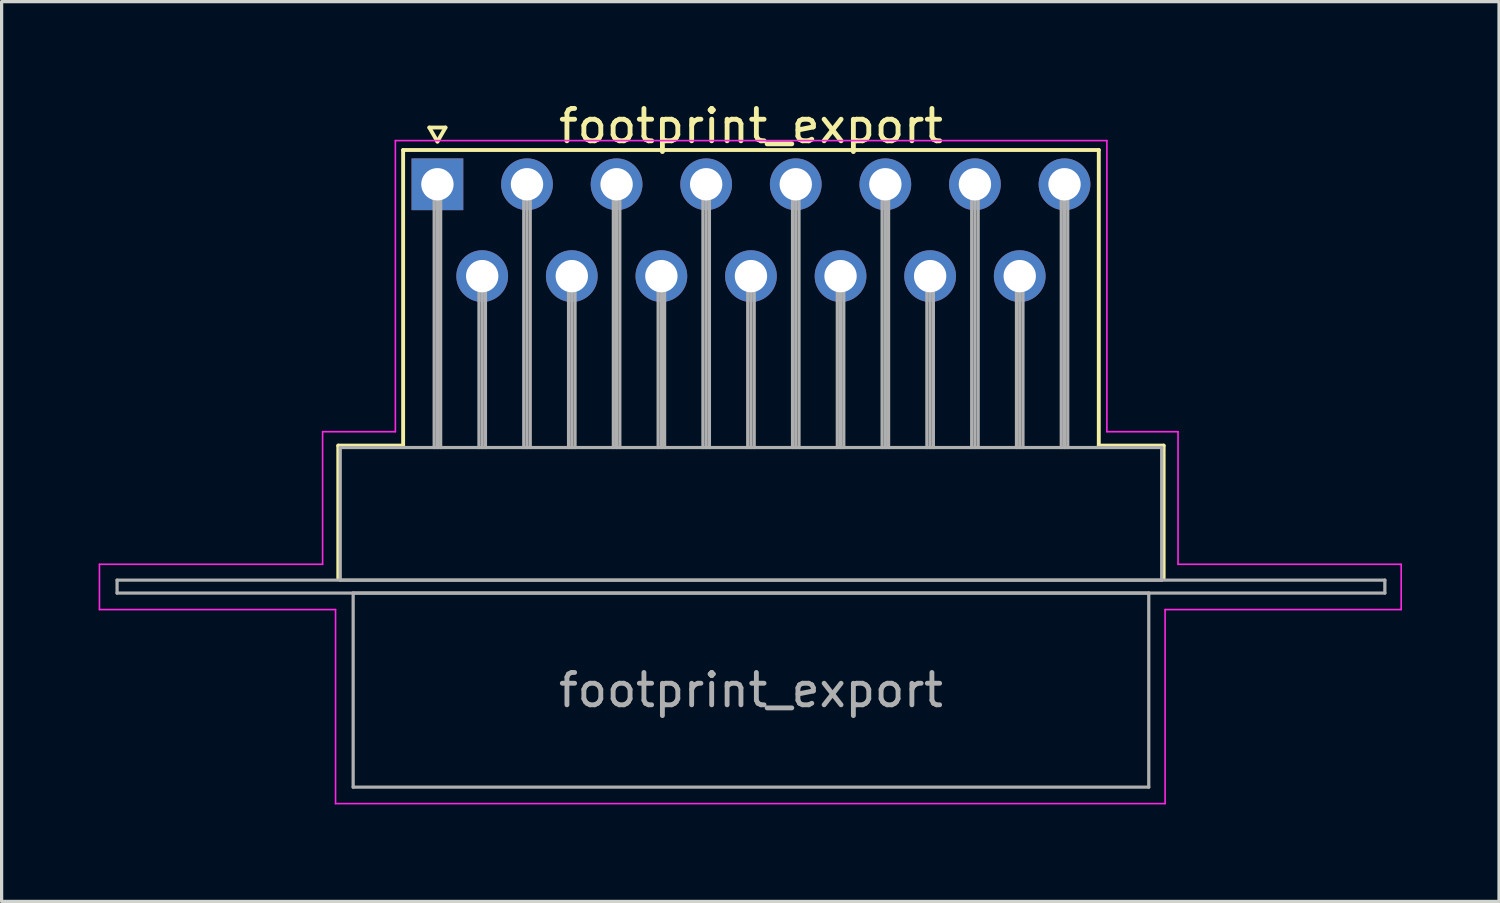
<source format=kicad_pcb>
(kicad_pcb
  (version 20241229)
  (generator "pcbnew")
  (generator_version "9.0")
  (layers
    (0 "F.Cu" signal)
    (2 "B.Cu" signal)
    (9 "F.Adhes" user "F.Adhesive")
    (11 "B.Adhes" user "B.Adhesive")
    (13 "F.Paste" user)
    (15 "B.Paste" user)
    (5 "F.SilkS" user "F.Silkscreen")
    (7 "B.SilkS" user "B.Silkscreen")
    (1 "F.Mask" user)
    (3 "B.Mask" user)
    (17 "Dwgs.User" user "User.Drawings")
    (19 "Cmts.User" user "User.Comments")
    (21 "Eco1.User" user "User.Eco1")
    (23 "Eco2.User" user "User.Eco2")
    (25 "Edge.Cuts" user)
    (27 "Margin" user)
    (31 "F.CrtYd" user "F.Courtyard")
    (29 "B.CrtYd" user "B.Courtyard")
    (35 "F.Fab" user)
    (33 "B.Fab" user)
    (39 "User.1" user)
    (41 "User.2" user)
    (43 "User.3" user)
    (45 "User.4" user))
  (footprint "footprint_export"
    (layer "F.Cu")
    (at 10.475 2.648)
    (property "Reference" "footprint_export" (at 9.695 -1.8 0) (layer "F.SilkS") (effects (font (size 1 1) (thickness 0.15))))
    (attr through_hole)
    (fp_line (start -3.065 8.08) (end -1.06 8.08) (stroke (width 0.12) (type solid)) (layer "F.SilkS"))
    (fp_line (start -3.065 12.18) (end -3.065 8.08) (stroke (width 0.12) (type solid)) (layer "F.SilkS"))
    (fp_line (start -1.06 -1.06) (end 20.45 -1.06) (stroke (width 0.12) (type solid)) (layer "F.SilkS"))
    (fp_line (start -1.06 8.08) (end -1.06 -1.06) (stroke (width 0.12) (type solid)) (layer "F.SilkS"))
    (fp_line (start -0.25 -1.754) (end 0.25 -1.754) (stroke (width 0.12) (type solid)) (layer "F.SilkS"))
    (fp_line (start 0 -1.321) (end -0.25 -1.754) (stroke (width 0.12) (type solid)) (layer "F.SilkS"))
    (fp_line (start 0.25 -1.754) (end 0 -1.321) (stroke (width 0.12) (type solid)) (layer "F.SilkS"))
    (fp_line (start 20.45 -1.06) (end 20.45 8.08) (stroke (width 0.12) (type solid)) (layer "F.SilkS"))
    (fp_line (start 20.45 8.08) (end 22.455 8.08) (stroke (width 0.12) (type solid)) (layer "F.SilkS"))
    (fp_line (start 22.455 8.08) (end 22.455 12.18) (stroke (width 0.12) (type solid)) (layer "F.SilkS"))
    (fp_line (start -10.45 11.75) (end -3.55 11.75) (stroke (width 0.05) (type solid)) (layer "F.CrtYd"))
    (fp_line (start -10.45 13.15) (end -10.45 11.75) (stroke (width 0.05) (type solid)) (layer "F.CrtYd"))
    (fp_line (start -3.55 7.65) (end -1.3 7.65) (stroke (width 0.05) (type solid)) (layer "F.CrtYd"))
    (fp_line (start -3.55 11.75) (end -3.55 7.65) (stroke (width 0.05) (type solid)) (layer "F.CrtYd"))
    (fp_line (start -3.15 13.15) (end -10.45 13.15) (stroke (width 0.05) (type solid)) (layer "F.CrtYd"))
    (fp_line (start -3.15 19.15) (end -3.15 13.15) (stroke (width 0.05) (type solid)) (layer "F.CrtYd"))
    (fp_line (start -1.3 -1.35) (end 20.7 -1.35) (stroke (width 0.05) (type solid)) (layer "F.CrtYd"))
    (fp_line (start -1.3 7.65) (end -1.3 -1.35) (stroke (width 0.05) (type solid)) (layer "F.CrtYd"))
    (fp_line (start 20.7 -1.35) (end 20.7 7.65) (stroke (width 0.05) (type solid)) (layer "F.CrtYd"))
    (fp_line (start 20.7 7.65) (end 22.9 7.65) (stroke (width 0.05) (type solid)) (layer "F.CrtYd"))
    (fp_line (start 22.5 13.15) (end 22.5 19.15) (stroke (width 0.05) (type solid)) (layer "F.CrtYd"))
    (fp_line (start 22.5 19.15) (end -3.15 19.15) (stroke (width 0.05) (type solid)) (layer "F.CrtYd"))
    (fp_line (start 22.9 7.65) (end 22.9 11.75) (stroke (width 0.05) (type solid)) (layer "F.CrtYd"))
    (fp_line (start 22.9 11.75) (end 29.8 11.75) (stroke (width 0.05) (type solid)) (layer "F.CrtYd"))
    (fp_line (start 29.8 11.75) (end 29.8 13.15) (stroke (width 0.05) (type solid)) (layer "F.CrtYd"))
    (fp_line (start 29.8 13.15) (end 22.5 13.15) (stroke (width 0.05) (type solid)) (layer "F.CrtYd"))
    (fp_line (start -9.905 12.24) (end -9.905 12.64) (stroke (width 0.1) (type solid)) (layer "F.Fab"))
    (fp_line (start -9.905 12.64) (end 29.295 12.64) (stroke (width 0.1) (type solid)) (layer "F.Fab"))
    (fp_line (start -3.005 8.14) (end -3.005 12.24) (stroke (width 0.1) (type solid)) (layer "F.Fab"))
    (fp_line (start -3.005 12.24) (end 22.395 12.24) (stroke (width 0.1) (type solid)) (layer "F.Fab"))
    (fp_line (start -2.605 12.64) (end -2.605 18.64) (stroke (width 0.1) (type solid)) (layer "F.Fab"))
    (fp_line (start -2.605 18.64) (end 21.995 18.64) (stroke (width 0.1) (type solid)) (layer "F.Fab"))
    (fp_line (start -0.1 0) (end -0.1 8.14) (stroke (width 0.1) (type solid)) (layer "F.Fab"))
    (fp_line (start 0 0) (end 0 8.14) (stroke (width 0.1) (type solid)) (layer "F.Fab"))
    (fp_line (start 0.1 0) (end 0.1 8.14) (stroke (width 0.1) (type solid)) (layer "F.Fab"))
    (fp_line (start 1.285 2.84) (end 1.285 8.14) (stroke (width 0.1) (type solid)) (layer "F.Fab"))
    (fp_line (start 1.385 2.84) (end 1.385 8.14) (stroke (width 0.1) (type solid)) (layer "F.Fab"))
    (fp_line (start 1.485 2.84) (end 1.485 8.14) (stroke (width 0.1) (type solid)) (layer "F.Fab"))
    (fp_line (start 2.67 0) (end 2.67 8.14) (stroke (width 0.1) (type solid)) (layer "F.Fab"))
    (fp_line (start 2.77 0) (end 2.77 8.14) (stroke (width 0.1) (type solid)) (layer "F.Fab"))
    (fp_line (start 2.87 0) (end 2.87 8.14) (stroke (width 0.1) (type solid)) (layer "F.Fab"))
    (fp_line (start 4.055 2.84) (end 4.055 8.14) (stroke (width 0.1) (type solid)) (layer "F.Fab"))
    (fp_line (start 4.155 2.84) (end 4.155 8.14) (stroke (width 0.1) (type solid)) (layer "F.Fab"))
    (fp_line (start 4.255 2.84) (end 4.255 8.14) (stroke (width 0.1) (type solid)) (layer "F.Fab"))
    (fp_line (start 5.44 0) (end 5.44 8.14) (stroke (width 0.1) (type solid)) (layer "F.Fab"))
    (fp_line (start 5.54 0) (end 5.54 8.14) (stroke (width 0.1) (type solid)) (layer "F.Fab"))
    (fp_line (start 5.64 0) (end 5.64 8.14) (stroke (width 0.1) (type solid)) (layer "F.Fab"))
    (fp_line (start 6.825 2.84) (end 6.825 8.14) (stroke (width 0.1) (type solid)) (layer "F.Fab"))
    (fp_line (start 6.925 2.84) (end 6.925 8.14) (stroke (width 0.1) (type solid)) (layer "F.Fab"))
    (fp_line (start 7.025 2.84) (end 7.025 8.14) (stroke (width 0.1) (type solid)) (layer "F.Fab"))
    (fp_line (start 8.21 0) (end 8.21 8.14) (stroke (width 0.1) (type solid)) (layer "F.Fab"))
    (fp_line (start 8.31 0) (end 8.31 8.14) (stroke (width 0.1) (type solid)) (layer "F.Fab"))
    (fp_line (start 8.41 0) (end 8.41 8.14) (stroke (width 0.1) (type solid)) (layer "F.Fab"))
    (fp_line (start 9.595 2.84) (end 9.595 8.14) (stroke (width 0.1) (type solid)) (layer "F.Fab"))
    (fp_line (start 9.695 2.84) (end 9.695 8.14) (stroke (width 0.1) (type solid)) (layer "F.Fab"))
    (fp_line (start 9.795 2.84) (end 9.795 8.14) (stroke (width 0.1) (type solid)) (layer "F.Fab"))
    (fp_line (start 10.98 0) (end 10.98 8.14) (stroke (width 0.1) (type solid)) (layer "F.Fab"))
    (fp_line (start 11.08 0) (end 11.08 8.14) (stroke (width 0.1) (type solid)) (layer "F.Fab"))
    (fp_line (start 11.18 0) (end 11.18 8.14) (stroke (width 0.1) (type solid)) (layer "F.Fab"))
    (fp_line (start 12.365 2.84) (end 12.365 8.14) (stroke (width 0.1) (type solid)) (layer "F.Fab"))
    (fp_line (start 12.465 2.84) (end 12.465 8.14) (stroke (width 0.1) (type solid)) (layer "F.Fab"))
    (fp_line (start 12.565 2.84) (end 12.565 8.14) (stroke (width 0.1) (type solid)) (layer "F.Fab"))
    (fp_line (start 13.75 0) (end 13.75 8.14) (stroke (width 0.1) (type solid)) (layer "F.Fab"))
    (fp_line (start 13.85 0) (end 13.85 8.14) (stroke (width 0.1) (type solid)) (layer "F.Fab"))
    (fp_line (start 13.95 0) (end 13.95 8.14) (stroke (width 0.1) (type solid)) (layer "F.Fab"))
    (fp_line (start 15.135 2.84) (end 15.135 8.14) (stroke (width 0.1) (type solid)) (layer "F.Fab"))
    (fp_line (start 15.235 2.84) (end 15.235 8.14) (stroke (width 0.1) (type solid)) (layer "F.Fab"))
    (fp_line (start 15.335 2.84) (end 15.335 8.14) (stroke (width 0.1) (type solid)) (layer "F.Fab"))
    (fp_line (start 16.52 0) (end 16.52 8.14) (stroke (width 0.1) (type solid)) (layer "F.Fab"))
    (fp_line (start 16.62 0) (end 16.62 8.14) (stroke (width 0.1) (type solid)) (layer "F.Fab"))
    (fp_line (start 16.72 0) (end 16.72 8.14) (stroke (width 0.1) (type solid)) (layer "F.Fab"))
    (fp_line (start 17.905 2.84) (end 17.905 8.14) (stroke (width 0.1) (type solid)) (layer "F.Fab"))
    (fp_line (start 18.005 2.84) (end 18.005 8.14) (stroke (width 0.1) (type solid)) (layer "F.Fab"))
    (fp_line (start 18.105 2.84) (end 18.105 8.14) (stroke (width 0.1) (type solid)) (layer "F.Fab"))
    (fp_line (start 19.29 0) (end 19.29 8.14) (stroke (width 0.1) (type solid)) (layer "F.Fab"))
    (fp_line (start 19.39 0) (end 19.39 8.14) (stroke (width 0.1) (type solid)) (layer "F.Fab"))
    (fp_line (start 19.49 0) (end 19.49 8.14) (stroke (width 0.1) (type solid)) (layer "F.Fab"))
    (fp_line (start 21.995 12.64) (end -2.605 12.64) (stroke (width 0.1) (type solid)) (layer "F.Fab"))
    (fp_line (start 21.995 18.64) (end 21.995 12.64) (stroke (width 0.1) (type solid)) (layer "F.Fab"))
    (fp_line (start 22.395 8.14) (end -3.005 8.14) (stroke (width 0.1) (type solid)) (layer "F.Fab"))
    (fp_line (start 22.395 12.24) (end 22.395 8.14) (stroke (width 0.1) (type solid)) (layer "F.Fab"))
    (fp_line (start 29.295 12.24) (end -9.905 12.24) (stroke (width 0.1) (type solid)) (layer "F.Fab"))
    (fp_line (start 29.295 12.64) (end 29.295 12.24) (stroke (width 0.1) (type solid)) (layer "F.Fab"))
    (fp_text user "${REFERENCE}" (at 9.695 15.64 0) (layer "F.Fab") (effects (font (size 1 1) (thickness 0.15))))
    (pad "1" thru_hole rect (at 0 0) (size 1.6 1.6) (drill 1) (layers "*.Cu" "*.Mask"))
    (pad "2" thru_hole circle (at 2.77 0) (size 1.6 1.6) (drill 1) (layers "*.Cu" "*.Mask"))
    (pad "3" thru_hole circle (at 5.54 0) (size 1.6 1.6) (drill 1) (layers "*.Cu" "*.Mask"))
    (pad "4" thru_hole circle (at 8.31 0) (size 1.6 1.6) (drill 1) (layers "*.Cu" "*.Mask"))
    (pad "5" thru_hole circle (at 11.08 0) (size 1.6 1.6) (drill 1) (layers "*.Cu" "*.Mask"))
    (pad "6" thru_hole circle (at 13.85 0) (size 1.6 1.6) (drill 1) (layers "*.Cu" "*.Mask"))
    (pad "7" thru_hole circle (at 16.62 0) (size 1.6 1.6) (drill 1) (layers "*.Cu" "*.Mask"))
    (pad "8" thru_hole circle (at 19.39 0) (size 1.6 1.6) (drill 1) (layers "*.Cu" "*.Mask"))
    (pad "9" thru_hole circle (at 1.385 2.84) (size 1.6 1.6) (drill 1) (layers "*.Cu" "*.Mask"))
    (pad "10" thru_hole circle (at 4.155 2.84) (size 1.6 1.6) (drill 1) (layers "*.Cu" "*.Mask"))
    (pad "11" thru_hole circle (at 6.925 2.84) (size 1.6 1.6) (drill 1) (layers "*.Cu" "*.Mask"))
    (pad "12" thru_hole circle (at 9.695 2.84) (size 1.6 1.6) (drill 1) (layers "*.Cu" "*.Mask"))
    (pad "13" thru_hole circle (at 12.465 2.84) (size 1.6 1.6) (drill 1) (layers "*.Cu" "*.Mask"))
    (pad "14" thru_hole circle (at 15.235 2.84) (size 1.6 1.6) (drill 1) (layers "*.Cu" "*.Mask"))
    (pad "15" thru_hole circle (at 18.005 2.84) (size 1.6 1.6) (drill 1) (layers "*.Cu" "*.Mask")))
  (gr_rect
    (start -3 -3)
    (end 43.3 24.823)
    (stroke (width 0.1) (type default))
    (fill no)
    (layer "Edge.Cuts")))
</source>
